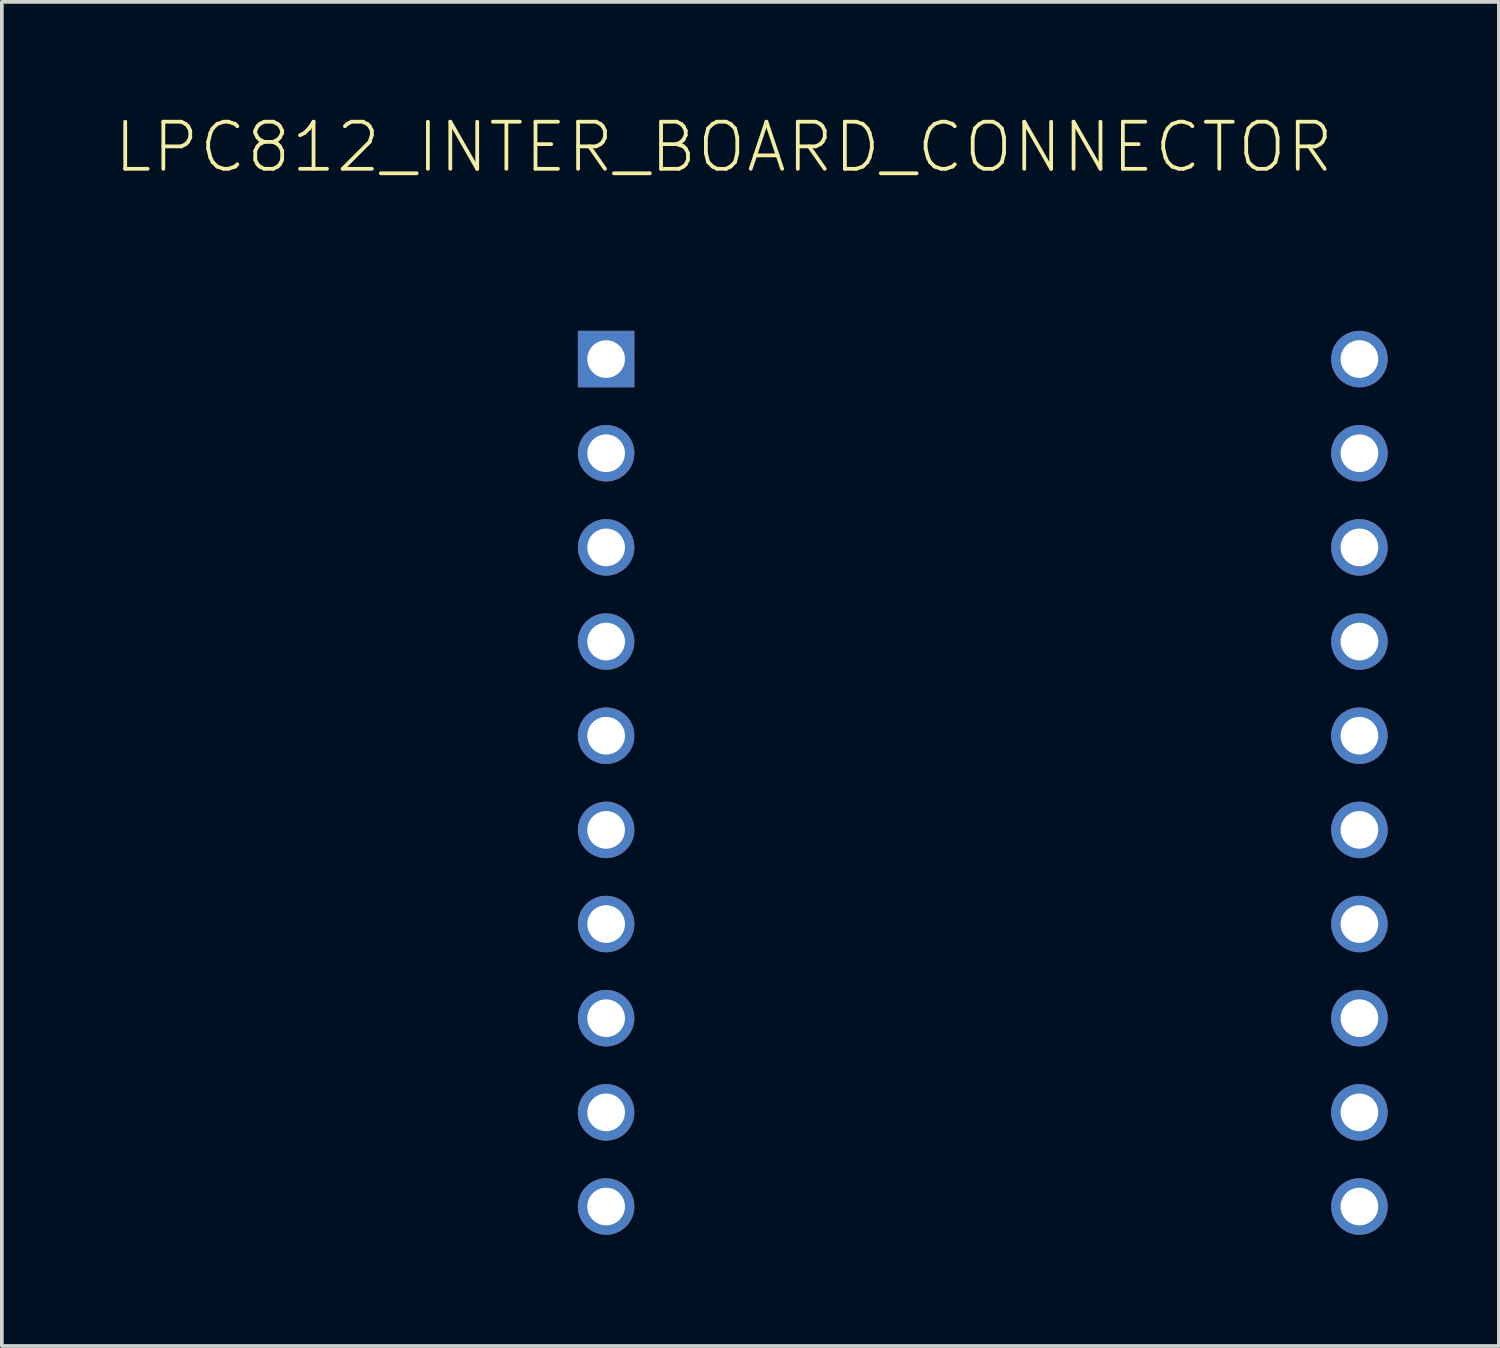
<source format=kicad_pcb>
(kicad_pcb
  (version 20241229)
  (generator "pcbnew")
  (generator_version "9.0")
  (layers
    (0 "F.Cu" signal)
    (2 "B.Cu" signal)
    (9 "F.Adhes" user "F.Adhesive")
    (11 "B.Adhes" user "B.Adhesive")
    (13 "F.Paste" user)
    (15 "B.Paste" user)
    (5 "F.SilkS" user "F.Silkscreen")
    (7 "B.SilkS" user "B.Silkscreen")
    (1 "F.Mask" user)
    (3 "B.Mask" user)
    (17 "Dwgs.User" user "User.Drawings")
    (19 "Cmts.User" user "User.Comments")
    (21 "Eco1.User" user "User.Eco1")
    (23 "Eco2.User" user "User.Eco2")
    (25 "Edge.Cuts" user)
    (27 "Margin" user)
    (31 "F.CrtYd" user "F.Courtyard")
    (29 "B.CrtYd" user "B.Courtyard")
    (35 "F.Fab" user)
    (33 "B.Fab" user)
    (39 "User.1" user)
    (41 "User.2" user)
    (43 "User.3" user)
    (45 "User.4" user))
  (footprint "LPC812_INTER_BOARD_CONNECTOR"
    (layer "F.Cu")
    (at 23.46 19.336)
    (property "Reference" "LPC812_INTER_BOARD_CONNECTOR" (at -6.985 -18.415 0) (layer "F.SilkS") (effects (font (size 1.27 1.27) (thickness 0.102))))
    (attr exclude_from_pos_files exclude_from_bom)
    (fp_line (start -10.414 -12.954) (end -9.906 -12.954) (stroke (width 0.066) (type solid)) (layer "Dwgs.User"))
    (fp_line (start -10.414 -12.446) (end -10.414 -12.954) (stroke (width 0.066) (type solid)) (layer "Dwgs.User"))
    (fp_line (start -10.414 -12.446) (end -9.906 -12.446) (stroke (width 0.066) (type solid)) (layer "Dwgs.User"))
    (fp_line (start -10.414 -10.414) (end -9.906 -10.414) (stroke (width 0.066) (type solid)) (layer "Dwgs.User"))
    (fp_line (start -10.414 -9.906) (end -10.414 -10.414) (stroke (width 0.066) (type solid)) (layer "Dwgs.User"))
    (fp_line (start -10.414 -9.906) (end -9.906 -9.906) (stroke (width 0.066) (type solid)) (layer "Dwgs.User"))
    (fp_line (start -10.414 -7.874) (end -9.906 -7.874) (stroke (width 0.066) (type solid)) (layer "Dwgs.User"))
    (fp_line (start -10.414 -7.366) (end -10.414 -7.874) (stroke (width 0.066) (type solid)) (layer "Dwgs.User"))
    (fp_line (start -10.414 -7.366) (end -9.906 -7.366) (stroke (width 0.066) (type solid)) (layer "Dwgs.User"))
    (fp_line (start -10.414 -5.334) (end -9.906 -5.334) (stroke (width 0.066) (type solid)) (layer "Dwgs.User"))
    (fp_line (start -10.414 -4.826) (end -10.414 -5.334) (stroke (width 0.066) (type solid)) (layer "Dwgs.User"))
    (fp_line (start -10.414 -4.826) (end -9.906 -4.826) (stroke (width 0.066) (type solid)) (layer "Dwgs.User"))
    (fp_line (start -10.414 -2.794) (end -9.906 -2.794) (stroke (width 0.066) (type solid)) (layer "Dwgs.User"))
    (fp_line (start -10.414 -2.286) (end -10.414 -2.794) (stroke (width 0.066) (type solid)) (layer "Dwgs.User"))
    (fp_line (start -10.414 -2.286) (end -9.906 -2.286) (stroke (width 0.066) (type solid)) (layer "Dwgs.User"))
    (fp_line (start -10.414 -0.254) (end -9.906 -0.254) (stroke (width 0.066) (type solid)) (layer "Dwgs.User"))
    (fp_line (start -10.414 0.254) (end -10.414 -0.254) (stroke (width 0.066) (type solid)) (layer "Dwgs.User"))
    (fp_line (start -10.414 0.254) (end -9.906 0.254) (stroke (width 0.066) (type solid)) (layer "Dwgs.User"))
    (fp_line (start -10.414 2.286) (end -9.906 2.286) (stroke (width 0.066) (type solid)) (layer "Dwgs.User"))
    (fp_line (start -10.414 2.794) (end -10.414 2.286) (stroke (width 0.066) (type solid)) (layer "Dwgs.User"))
    (fp_line (start -10.414 2.794) (end -9.906 2.794) (stroke (width 0.066) (type solid)) (layer "Dwgs.User"))
    (fp_line (start -10.414 4.826) (end -9.906 4.826) (stroke (width 0.066) (type solid)) (layer "Dwgs.User"))
    (fp_line (start -10.414 5.334) (end -10.414 4.826) (stroke (width 0.066) (type solid)) (layer "Dwgs.User"))
    (fp_line (start -10.414 5.334) (end -9.906 5.334) (stroke (width 0.066) (type solid)) (layer "Dwgs.User"))
    (fp_line (start -10.414 7.366) (end -9.906 7.366) (stroke (width 0.066) (type solid)) (layer "Dwgs.User"))
    (fp_line (start -10.414 7.874) (end -10.414 7.366) (stroke (width 0.066) (type solid)) (layer "Dwgs.User"))
    (fp_line (start -10.414 7.874) (end -9.906 7.874) (stroke (width 0.066) (type solid)) (layer "Dwgs.User"))
    (fp_line (start -10.414 9.906) (end -9.906 9.906) (stroke (width 0.066) (type solid)) (layer "Dwgs.User"))
    (fp_line (start -10.414 10.414) (end -10.414 9.906) (stroke (width 0.066) (type solid)) (layer "Dwgs.User"))
    (fp_line (start -10.414 10.414) (end -9.906 10.414) (stroke (width 0.066) (type solid)) (layer "Dwgs.User"))
    (fp_line (start -9.906 -12.446) (end -9.906 -12.954) (stroke (width 0.066) (type solid)) (layer "Dwgs.User"))
    (fp_line (start -9.906 -9.906) (end -9.906 -10.414) (stroke (width 0.066) (type solid)) (layer "Dwgs.User"))
    (fp_line (start -9.906 -7.366) (end -9.906 -7.874) (stroke (width 0.066) (type solid)) (layer "Dwgs.User"))
    (fp_line (start -9.906 -4.826) (end -9.906 -5.334) (stroke (width 0.066) (type solid)) (layer "Dwgs.User"))
    (fp_line (start -9.906 -2.286) (end -9.906 -2.794) (stroke (width 0.066) (type solid)) (layer "Dwgs.User"))
    (fp_line (start -9.906 0.254) (end -9.906 -0.254) (stroke (width 0.066) (type solid)) (layer "Dwgs.User"))
    (fp_line (start -9.906 2.794) (end -9.906 2.286) (stroke (width 0.066) (type solid)) (layer "Dwgs.User"))
    (fp_line (start -9.906 5.334) (end -9.906 4.826) (stroke (width 0.066) (type solid)) (layer "Dwgs.User"))
    (fp_line (start -9.906 7.874) (end -9.906 7.366) (stroke (width 0.066) (type solid)) (layer "Dwgs.User"))
    (fp_line (start -9.906 10.414) (end -9.906 9.906) (stroke (width 0.066) (type solid)) (layer "Dwgs.User"))
    (fp_line (start 9.906 -12.954) (end 10.414 -12.954) (stroke (width 0.066) (type solid)) (layer "Dwgs.User"))
    (fp_line (start 9.906 -12.446) (end 9.906 -12.954) (stroke (width 0.066) (type solid)) (layer "Dwgs.User"))
    (fp_line (start 9.906 -12.446) (end 10.414 -12.446) (stroke (width 0.066) (type solid)) (layer "Dwgs.User"))
    (fp_line (start 9.906 -10.414) (end 10.414 -10.414) (stroke (width 0.066) (type solid)) (layer "Dwgs.User"))
    (fp_line (start 9.906 -9.906) (end 9.906 -10.414) (stroke (width 0.066) (type solid)) (layer "Dwgs.User"))
    (fp_line (start 9.906 -9.906) (end 10.414 -9.906) (stroke (width 0.066) (type solid)) (layer "Dwgs.User"))
    (fp_line (start 9.906 -7.874) (end 10.414 -7.874) (stroke (width 0.066) (type solid)) (layer "Dwgs.User"))
    (fp_line (start 9.906 -7.366) (end 9.906 -7.874) (stroke (width 0.066) (type solid)) (layer "Dwgs.User"))
    (fp_line (start 9.906 -7.366) (end 10.414 -7.366) (stroke (width 0.066) (type solid)) (layer "Dwgs.User"))
    (fp_line (start 9.906 -5.334) (end 10.414 -5.334) (stroke (width 0.066) (type solid)) (layer "Dwgs.User"))
    (fp_line (start 9.906 -4.826) (end 9.906 -5.334) (stroke (width 0.066) (type solid)) (layer "Dwgs.User"))
    (fp_line (start 9.906 -4.826) (end 10.414 -4.826) (stroke (width 0.066) (type solid)) (layer "Dwgs.User"))
    (fp_line (start 9.906 -2.794) (end 10.414 -2.794) (stroke (width 0.066) (type solid)) (layer "Dwgs.User"))
    (fp_line (start 9.906 -2.286) (end 9.906 -2.794) (stroke (width 0.066) (type solid)) (layer "Dwgs.User"))
    (fp_line (start 9.906 -2.286) (end 10.414 -2.286) (stroke (width 0.066) (type solid)) (layer "Dwgs.User"))
    (fp_line (start 9.906 -0.254) (end 10.414 -0.254) (stroke (width 0.066) (type solid)) (layer "Dwgs.User"))
    (fp_line (start 9.906 0.254) (end 9.906 -0.254) (stroke (width 0.066) (type solid)) (layer "Dwgs.User"))
    (fp_line (start 9.906 0.254) (end 10.414 0.254) (stroke (width 0.066) (type solid)) (layer "Dwgs.User"))
    (fp_line (start 9.906 2.286) (end 10.414 2.286) (stroke (width 0.066) (type solid)) (layer "Dwgs.User"))
    (fp_line (start 9.906 2.794) (end 9.906 2.286) (stroke (width 0.066) (type solid)) (layer "Dwgs.User"))
    (fp_line (start 9.906 2.794) (end 10.414 2.794) (stroke (width 0.066) (type solid)) (layer "Dwgs.User"))
    (fp_line (start 9.906 4.826) (end 10.414 4.826) (stroke (width 0.066) (type solid)) (layer "Dwgs.User"))
    (fp_line (start 9.906 5.334) (end 9.906 4.826) (stroke (width 0.066) (type solid)) (layer "Dwgs.User"))
    (fp_line (start 9.906 5.334) (end 10.414 5.334) (stroke (width 0.066) (type solid)) (layer "Dwgs.User"))
    (fp_line (start 9.906 7.366) (end 10.414 7.366) (stroke (width 0.066) (type solid)) (layer "Dwgs.User"))
    (fp_line (start 9.906 7.874) (end 9.906 7.366) (stroke (width 0.066) (type solid)) (layer "Dwgs.User"))
    (fp_line (start 9.906 7.874) (end 10.414 7.874) (stroke (width 0.066) (type solid)) (layer "Dwgs.User"))
    (fp_line (start 9.906 9.906) (end 10.414 9.906) (stroke (width 0.066) (type solid)) (layer "Dwgs.User"))
    (fp_line (start 9.906 10.414) (end 9.906 9.906) (stroke (width 0.066) (type solid)) (layer "Dwgs.User"))
    (fp_line (start 9.906 10.414) (end 10.414 10.414) (stroke (width 0.066) (type solid)) (layer "Dwgs.User"))
    (fp_line (start 10.414 -12.446) (end 10.414 -12.954) (stroke (width 0.066) (type solid)) (layer "Dwgs.User"))
    (fp_line (start 10.414 -9.906) (end 10.414 -10.414) (stroke (width 0.066) (type solid)) (layer "Dwgs.User"))
    (fp_line (start 10.414 -7.366) (end 10.414 -7.874) (stroke (width 0.066) (type solid)) (layer "Dwgs.User"))
    (fp_line (start 10.414 -4.826) (end 10.414 -5.334) (stroke (width 0.066) (type solid)) (layer "Dwgs.User"))
    (fp_line (start 10.414 -2.286) (end 10.414 -2.794) (stroke (width 0.066) (type solid)) (layer "Dwgs.User"))
    (fp_line (start 10.414 0.254) (end 10.414 -0.254) (stroke (width 0.066) (type solid)) (layer "Dwgs.User"))
    (fp_line (start 10.414 2.794) (end 10.414 2.286) (stroke (width 0.066) (type solid)) (layer "Dwgs.User"))
    (fp_line (start 10.414 5.334) (end 10.414 4.826) (stroke (width 0.066) (type solid)) (layer "Dwgs.User"))
    (fp_line (start 10.414 7.874) (end 10.414 7.366) (stroke (width 0.066) (type solid)) (layer "Dwgs.User"))
    (fp_line (start 10.414 10.414) (end 10.414 9.906) (stroke (width 0.066) (type solid)) (layer "Dwgs.User"))
    (pad "1" thru_hole rect (at -10.16 -12.7) (size 1.524 1.524) (drill 1.016) (layers "*.Cu" "*.Paste" "*.Mask"))
    (pad "2" thru_hole circle (at -10.16 -10.16) (size 1.524 1.524) (drill 1.016) (layers "*.Cu" "*.Paste" "*.Mask"))
    (pad "3" thru_hole circle (at -10.16 -7.62) (size 1.524 1.524) (drill 1.016) (layers "*.Cu" "*.Paste" "*.Mask"))
    (pad "4" thru_hole circle (at -10.16 -5.08) (size 1.524 1.524) (drill 1.016) (layers "*.Cu" "*.Paste" "*.Mask"))
    (pad "5" thru_hole circle (at -10.16 -2.54) (size 1.524 1.524) (drill 1.016) (layers "*.Cu" "*.Paste" "*.Mask"))
    (pad "6" thru_hole circle (at -10.16 0) (size 1.524 1.524) (drill 1.016) (layers "*.Cu" "*.Paste" "*.Mask"))
    (pad "7" thru_hole circle (at -10.16 2.54) (size 1.524 1.524) (drill 1.016) (layers "*.Cu" "*.Paste" "*.Mask"))
    (pad "8" thru_hole circle (at -10.16 5.08) (size 1.524 1.524) (drill 1.016) (layers "*.Cu" "*.Paste" "*.Mask"))
    (pad "9" thru_hole circle (at -10.16 7.62) (size 1.524 1.524) (drill 1.016) (layers "*.Cu" "*.Paste" "*.Mask"))
    (pad "10" thru_hole circle (at -10.16 10.16) (size 1.524 1.524) (drill 1.016) (layers "*.Cu" "*.Paste" "*.Mask"))
    (pad "11" thru_hole circle (at 10.16 10.16) (size 1.524 1.524) (drill 1.016) (layers "*.Cu" "*.Paste" "*.Mask"))
    (pad "12" thru_hole circle (at 10.16 7.62) (size 1.524 1.524) (drill 1.016) (layers "*.Cu" "*.Paste" "*.Mask"))
    (pad "13" thru_hole circle (at 10.16 5.08) (size 1.524 1.524) (drill 1.016) (layers "*.Cu" "*.Paste" "*.Mask"))
    (pad "14" thru_hole circle (at 10.16 2.54) (size 1.524 1.524) (drill 1.016) (layers "*.Cu" "*.Paste" "*.Mask"))
    (pad "15" thru_hole circle (at 10.16 0) (size 1.524 1.524) (drill 1.016) (layers "*.Cu" "*.Paste" "*.Mask"))
    (pad "16" thru_hole circle (at 10.16 -2.54) (size 1.524 1.524) (drill 1.016) (layers "*.Cu" "*.Paste" "*.Mask"))
    (pad "17" thru_hole circle (at 10.16 -5.08) (size 1.524 1.524) (drill 1.016) (layers "*.Cu" "*.Paste" "*.Mask"))
    (pad "18" thru_hole circle (at 10.16 -7.62) (size 1.524 1.524) (drill 1.016) (layers "*.Cu" "*.Paste" "*.Mask"))
    (pad "19" thru_hole circle (at 10.16 -10.16) (size 1.524 1.524) (drill 1.016) (layers "*.Cu" "*.Paste" "*.Mask"))
    (pad "20" thru_hole circle (at 10.16 -12.7) (size 1.524 1.524) (drill 1.016) (layers "*.Cu" "*.Paste" "*.Mask")))
  (gr_rect
    (start -3 -3)
    (end 37.382 33.258)
    (stroke (width 0.1) (type default))
    (fill no)
    (layer "Edge.Cuts")))
</source>
